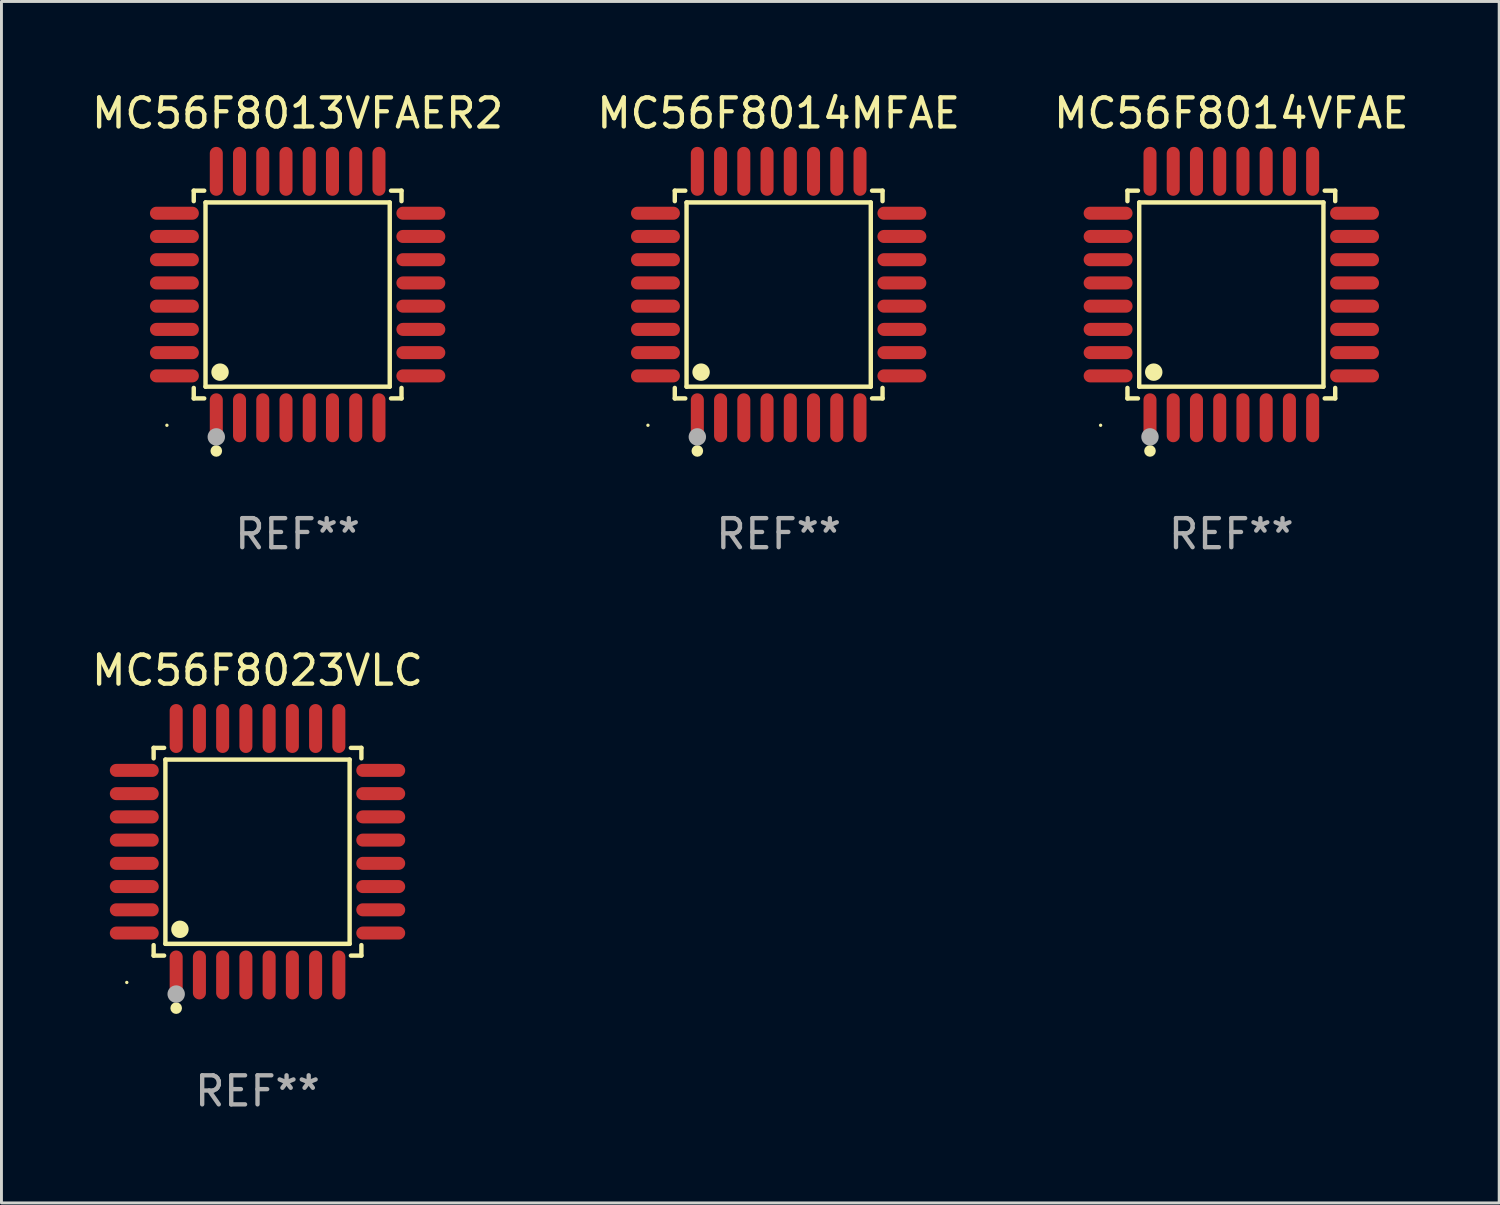
<source format=kicad_pcb>
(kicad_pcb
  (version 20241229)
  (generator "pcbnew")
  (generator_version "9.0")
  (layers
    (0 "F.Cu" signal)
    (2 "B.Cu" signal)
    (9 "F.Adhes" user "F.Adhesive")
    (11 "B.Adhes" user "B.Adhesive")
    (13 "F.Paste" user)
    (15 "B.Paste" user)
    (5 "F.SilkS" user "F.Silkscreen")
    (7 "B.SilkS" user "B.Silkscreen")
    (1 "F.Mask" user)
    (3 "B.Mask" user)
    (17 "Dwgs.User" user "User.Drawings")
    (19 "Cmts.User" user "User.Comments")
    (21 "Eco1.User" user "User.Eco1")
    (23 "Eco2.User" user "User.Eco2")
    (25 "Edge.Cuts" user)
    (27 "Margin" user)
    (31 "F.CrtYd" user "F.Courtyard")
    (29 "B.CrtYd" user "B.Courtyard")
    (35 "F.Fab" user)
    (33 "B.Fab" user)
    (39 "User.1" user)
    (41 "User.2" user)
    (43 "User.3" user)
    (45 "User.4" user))
  (footprint "MC56F8023VLC"
    (layer "F.Cu")
    (at 5.815 26.271)
    (property "Reference" "MC56F8023VLC" (at 0 -6.242 0) (layer "F.SilkS") (effects (font (size 1 1) (thickness 0.15))))
    (attr through_hole)
    (fp_line (start -3.576 -3.576) (end -3.215 -3.576) (stroke (width 0.152) (type solid)) (layer "F.SilkS"))
    (fp_line (start -3.576 -3.215) (end -3.576 -3.576) (stroke (width 0.152) (type solid)) (layer "F.SilkS"))
    (fp_line (start -3.576 3.215) (end -3.576 3.576) (stroke (width 0.152) (type solid)) (layer "F.SilkS"))
    (fp_line (start -3.576 3.576) (end -3.215 3.576) (stroke (width 0.152) (type solid)) (layer "F.SilkS"))
    (fp_line (start -3.171 -3.171) (end 3.171 -3.171) (stroke (width 0.152) (type solid)) (layer "F.SilkS"))
    (fp_line (start -3.171 3.171) (end -3.171 -3.171) (stroke (width 0.152) (type solid)) (layer "F.SilkS"))
    (fp_line (start 3.171 -3.171) (end 3.171 3.171) (stroke (width 0.152) (type solid)) (layer "F.SilkS"))
    (fp_line (start 3.171 3.171) (end -3.171 3.171) (stroke (width 0.152) (type solid)) (layer "F.SilkS"))
    (fp_line (start 3.576 -3.576) (end 3.215 -3.576) (stroke (width 0.152) (type solid)) (layer "F.SilkS"))
    (fp_line (start 3.576 -3.215) (end 3.576 -3.576) (stroke (width 0.152) (type solid)) (layer "F.SilkS"))
    (fp_line (start 3.576 3.215) (end 3.576 3.576) (stroke (width 0.152) (type solid)) (layer "F.SilkS"))
    (fp_line (start 3.576 3.576) (end 3.215 3.576) (stroke (width 0.152) (type solid)) (layer "F.SilkS"))
    (fp_circle (center -4.5 4.5) (end -4.47 4.5) (stroke (width 0.06) (type solid)) (fill no) (layer "F.SilkS"))
    (fp_circle (center -2.8 5.384) (end -2.7 5.384) (stroke (width 0.2) (type solid)) (fill no) (layer "F.SilkS"))
    (fp_circle (center -2.671 2.671) (end -2.521 2.671) (stroke (width 0.3) (type solid)) (fill no) (layer "F.SilkS"))
    (fp_circle (center -2.8 4.9) (end -2.65 4.9) (stroke (width 0.3) (type solid)) (fill no) (layer "F.Fab"))
    (fp_text user "REF**" (at 0 8.242 0) (layer "F.Fab") (effects (font (size 1 1) (thickness 0.15))))
    (pad "1" smd oval (at -2.8 4.242) (size 0.448 1.684) (layers "F.Cu" "F.Mask" "F.Paste"))
    (pad "2" smd oval (at -2 4.242) (size 0.448 1.684) (layers "F.Cu" "F.Mask" "F.Paste"))
    (pad "3" smd oval (at -1.2 4.242) (size 0.448 1.684) (layers "F.Cu" "F.Mask" "F.Paste"))
    (pad "4" smd oval (at -0.4 4.242) (size 0.448 1.684) (layers "F.Cu" "F.Mask" "F.Paste"))
    (pad "5" smd oval (at 0.4 4.242) (size 0.448 1.684) (layers "F.Cu" "F.Mask" "F.Paste"))
    (pad "6" smd oval (at 1.2 4.242) (size 0.448 1.684) (layers "F.Cu" "F.Mask" "F.Paste"))
    (pad "7" smd oval (at 2 4.242) (size 0.448 1.684) (layers "F.Cu" "F.Mask" "F.Paste"))
    (pad "8" smd oval (at 2.8 4.242) (size 0.448 1.684) (layers "F.Cu" "F.Mask" "F.Paste"))
    (pad "9" smd oval (at 4.242 2.8) (size 1.684 0.448) (layers "F.Cu" "F.Mask" "F.Paste"))
    (pad "10" smd oval (at 4.242 2) (size 1.684 0.448) (layers "F.Cu" "F.Mask" "F.Paste"))
    (pad "11" smd oval (at 4.242 1.2) (size 1.684 0.448) (layers "F.Cu" "F.Mask" "F.Paste"))
    (pad "12" smd oval (at 4.242 0.4) (size 1.684 0.448) (layers "F.Cu" "F.Mask" "F.Paste"))
    (pad "13" smd oval (at 4.242 -0.4) (size 1.684 0.448) (layers "F.Cu" "F.Mask" "F.Paste"))
    (pad "14" smd oval (at 4.242 -1.2) (size 1.684 0.448) (layers "F.Cu" "F.Mask" "F.Paste"))
    (pad "15" smd oval (at 4.242 -2) (size 1.684 0.448) (layers "F.Cu" "F.Mask" "F.Paste"))
    (pad "16" smd oval (at 4.242 -2.8) (size 1.684 0.448) (layers "F.Cu" "F.Mask" "F.Paste"))
    (pad "17" smd oval (at 2.8 -4.242) (size 0.448 1.684) (layers "F.Cu" "F.Mask" "F.Paste"))
    (pad "18" smd oval (at 2 -4.242) (size 0.448 1.684) (layers "F.Cu" "F.Mask" "F.Paste"))
    (pad "19" smd oval (at 1.2 -4.242) (size 0.448 1.684) (layers "F.Cu" "F.Mask" "F.Paste"))
    (pad "20" smd oval (at 0.4 -4.242) (size 0.448 1.684) (layers "F.Cu" "F.Mask" "F.Paste"))
    (pad "21" smd oval (at -0.4 -4.242) (size 0.448 1.684) (layers "F.Cu" "F.Mask" "F.Paste"))
    (pad "22" smd oval (at -1.2 -4.242) (size 0.448 1.684) (layers "F.Cu" "F.Mask" "F.Paste"))
    (pad "23" smd oval (at -2 -4.242) (size 0.448 1.684) (layers "F.Cu" "F.Mask" "F.Paste"))
    (pad "24" smd oval (at -2.8 -4.242) (size 0.448 1.684) (layers "F.Cu" "F.Mask" "F.Paste"))
    (pad "25" smd oval (at -4.242 -2.8) (size 1.684 0.448) (layers "F.Cu" "F.Mask" "F.Paste"))
    (pad "26" smd oval (at -4.242 -2) (size 1.684 0.448) (layers "F.Cu" "F.Mask" "F.Paste"))
    (pad "27" smd oval (at -4.242 -1.2) (size 1.684 0.448) (layers "F.Cu" "F.Mask" "F.Paste"))
    (pad "28" smd oval (at -4.242 -0.4) (size 1.684 0.448) (layers "F.Cu" "F.Mask" "F.Paste"))
    (pad "29" smd oval (at -4.242 0.4) (size 1.684 0.448) (layers "F.Cu" "F.Mask" "F.Paste"))
    (pad "30" smd oval (at -4.242 1.2) (size 1.684 0.448) (layers "F.Cu" "F.Mask" "F.Paste"))
    (pad "31" smd oval (at -4.242 2) (size 1.684 0.448) (layers "F.Cu" "F.Mask" "F.Paste"))
    (pad "32" smd oval (at -4.242 2.8) (size 1.684 0.448) (layers "F.Cu" "F.Mask" "F.Paste")))
  (footprint "MC56F8014MFAE"
    (layer "F.Cu")
    (at 23.756 7.09)
    (property "Reference" "MC56F8014MFAE" (at 0 -6.242 0) (layer "F.SilkS") (effects (font (size 1 1) (thickness 0.15))))
    (attr through_hole)
    (fp_line (start -3.576 -3.576) (end -3.215 -3.576) (stroke (width 0.152) (type solid)) (layer "F.SilkS"))
    (fp_line (start -3.576 -3.215) (end -3.576 -3.576) (stroke (width 0.152) (type solid)) (layer "F.SilkS"))
    (fp_line (start -3.576 3.215) (end -3.576 3.576) (stroke (width 0.152) (type solid)) (layer "F.SilkS"))
    (fp_line (start -3.576 3.576) (end -3.215 3.576) (stroke (width 0.152) (type solid)) (layer "F.SilkS"))
    (fp_line (start -3.171 -3.171) (end 3.171 -3.171) (stroke (width 0.152) (type solid)) (layer "F.SilkS"))
    (fp_line (start -3.171 3.171) (end -3.171 -3.171) (stroke (width 0.152) (type solid)) (layer "F.SilkS"))
    (fp_line (start 3.171 -3.171) (end 3.171 3.171) (stroke (width 0.152) (type solid)) (layer "F.SilkS"))
    (fp_line (start 3.171 3.171) (end -3.171 3.171) (stroke (width 0.152) (type solid)) (layer "F.SilkS"))
    (fp_line (start 3.576 -3.576) (end 3.215 -3.576) (stroke (width 0.152) (type solid)) (layer "F.SilkS"))
    (fp_line (start 3.576 -3.215) (end 3.576 -3.576) (stroke (width 0.152) (type solid)) (layer "F.SilkS"))
    (fp_line (start 3.576 3.215) (end 3.576 3.576) (stroke (width 0.152) (type solid)) (layer "F.SilkS"))
    (fp_line (start 3.576 3.576) (end 3.215 3.576) (stroke (width 0.152) (type solid)) (layer "F.SilkS"))
    (fp_circle (center -4.5 4.5) (end -4.47 4.5) (stroke (width 0.06) (type solid)) (fill no) (layer "F.SilkS"))
    (fp_circle (center -2.8 5.384) (end -2.7 5.384) (stroke (width 0.2) (type solid)) (fill no) (layer "F.SilkS"))
    (fp_circle (center -2.671 2.671) (end -2.521 2.671) (stroke (width 0.3) (type solid)) (fill no) (layer "F.SilkS"))
    (fp_circle (center -2.8 4.9) (end -2.65 4.9) (stroke (width 0.3) (type solid)) (fill no) (layer "F.Fab"))
    (fp_text user "REF**" (at 0 8.242 0) (layer "F.Fab") (effects (font (size 1 1) (thickness 0.15))))
    (pad "1" smd oval (at -2.8 4.242) (size 0.448 1.684) (layers "F.Cu" "F.Mask" "F.Paste"))
    (pad "2" smd oval (at -2 4.242) (size 0.448 1.684) (layers "F.Cu" "F.Mask" "F.Paste"))
    (pad "3" smd oval (at -1.2 4.242) (size 0.448 1.684) (layers "F.Cu" "F.Mask" "F.Paste"))
    (pad "4" smd oval (at -0.4 4.242) (size 0.448 1.684) (layers "F.Cu" "F.Mask" "F.Paste"))
    (pad "5" smd oval (at 0.4 4.242) (size 0.448 1.684) (layers "F.Cu" "F.Mask" "F.Paste"))
    (pad "6" smd oval (at 1.2 4.242) (size 0.448 1.684) (layers "F.Cu" "F.Mask" "F.Paste"))
    (pad "7" smd oval (at 2 4.242) (size 0.448 1.684) (layers "F.Cu" "F.Mask" "F.Paste"))
    (pad "8" smd oval (at 2.8 4.242) (size 0.448 1.684) (layers "F.Cu" "F.Mask" "F.Paste"))
    (pad "9" smd oval (at 4.242 2.8) (size 1.684 0.448) (layers "F.Cu" "F.Mask" "F.Paste"))
    (pad "10" smd oval (at 4.242 2) (size 1.684 0.448) (layers "F.Cu" "F.Mask" "F.Paste"))
    (pad "11" smd oval (at 4.242 1.2) (size 1.684 0.448) (layers "F.Cu" "F.Mask" "F.Paste"))
    (pad "12" smd oval (at 4.242 0.4) (size 1.684 0.448) (layers "F.Cu" "F.Mask" "F.Paste"))
    (pad "13" smd oval (at 4.242 -0.4) (size 1.684 0.448) (layers "F.Cu" "F.Mask" "F.Paste"))
    (pad "14" smd oval (at 4.242 -1.2) (size 1.684 0.448) (layers "F.Cu" "F.Mask" "F.Paste"))
    (pad "15" smd oval (at 4.242 -2) (size 1.684 0.448) (layers "F.Cu" "F.Mask" "F.Paste"))
    (pad "16" smd oval (at 4.242 -2.8) (size 1.684 0.448) (layers "F.Cu" "F.Mask" "F.Paste"))
    (pad "17" smd oval (at 2.8 -4.242) (size 0.448 1.684) (layers "F.Cu" "F.Mask" "F.Paste"))
    (pad "18" smd oval (at 2 -4.242) (size 0.448 1.684) (layers "F.Cu" "F.Mask" "F.Paste"))
    (pad "19" smd oval (at 1.2 -4.242) (size 0.448 1.684) (layers "F.Cu" "F.Mask" "F.Paste"))
    (pad "20" smd oval (at 0.4 -4.242) (size 0.448 1.684) (layers "F.Cu" "F.Mask" "F.Paste"))
    (pad "21" smd oval (at -0.4 -4.242) (size 0.448 1.684) (layers "F.Cu" "F.Mask" "F.Paste"))
    (pad "22" smd oval (at -1.2 -4.242) (size 0.448 1.684) (layers "F.Cu" "F.Mask" "F.Paste"))
    (pad "23" smd oval (at -2 -4.242) (size 0.448 1.684) (layers "F.Cu" "F.Mask" "F.Paste"))
    (pad "24" smd oval (at -2.8 -4.242) (size 0.448 1.684) (layers "F.Cu" "F.Mask" "F.Paste"))
    (pad "25" smd oval (at -4.242 -2.8) (size 1.684 0.448) (layers "F.Cu" "F.Mask" "F.Paste"))
    (pad "26" smd oval (at -4.242 -2) (size 1.684 0.448) (layers "F.Cu" "F.Mask" "F.Paste"))
    (pad "27" smd oval (at -4.242 -1.2) (size 1.684 0.448) (layers "F.Cu" "F.Mask" "F.Paste"))
    (pad "28" smd oval (at -4.242 -0.4) (size 1.684 0.448) (layers "F.Cu" "F.Mask" "F.Paste"))
    (pad "29" smd oval (at -4.242 0.4) (size 1.684 0.448) (layers "F.Cu" "F.Mask" "F.Paste"))
    (pad "30" smd oval (at -4.242 1.2) (size 1.684 0.448) (layers "F.Cu" "F.Mask" "F.Paste"))
    (pad "31" smd oval (at -4.242 2) (size 1.684 0.448) (layers "F.Cu" "F.Mask" "F.Paste"))
    (pad "32" smd oval (at -4.242 2.8) (size 1.684 0.448) (layers "F.Cu" "F.Mask" "F.Paste")))
  (footprint "MC56F8014VFAE"
    (layer "F.Cu")
    (at 39.339 7.09)
    (property "Reference" "MC56F8014VFAE" (at 0 -6.242 0) (layer "F.SilkS") (effects (font (size 1 1) (thickness 0.15))))
    (attr through_hole)
    (fp_line (start -3.576 -3.576) (end -3.215 -3.576) (stroke (width 0.152) (type solid)) (layer "F.SilkS"))
    (fp_line (start -3.576 -3.215) (end -3.576 -3.576) (stroke (width 0.152) (type solid)) (layer "F.SilkS"))
    (fp_line (start -3.576 3.215) (end -3.576 3.576) (stroke (width 0.152) (type solid)) (layer "F.SilkS"))
    (fp_line (start -3.576 3.576) (end -3.215 3.576) (stroke (width 0.152) (type solid)) (layer "F.SilkS"))
    (fp_line (start -3.171 -3.171) (end 3.171 -3.171) (stroke (width 0.152) (type solid)) (layer "F.SilkS"))
    (fp_line (start -3.171 3.171) (end -3.171 -3.171) (stroke (width 0.152) (type solid)) (layer "F.SilkS"))
    (fp_line (start 3.171 -3.171) (end 3.171 3.171) (stroke (width 0.152) (type solid)) (layer "F.SilkS"))
    (fp_line (start 3.171 3.171) (end -3.171 3.171) (stroke (width 0.152) (type solid)) (layer "F.SilkS"))
    (fp_line (start 3.576 -3.576) (end 3.215 -3.576) (stroke (width 0.152) (type solid)) (layer "F.SilkS"))
    (fp_line (start 3.576 -3.215) (end 3.576 -3.576) (stroke (width 0.152) (type solid)) (layer "F.SilkS"))
    (fp_line (start 3.576 3.215) (end 3.576 3.576) (stroke (width 0.152) (type solid)) (layer "F.SilkS"))
    (fp_line (start 3.576 3.576) (end 3.215 3.576) (stroke (width 0.152) (type solid)) (layer "F.SilkS"))
    (fp_circle (center -4.5 4.5) (end -4.47 4.5) (stroke (width 0.06) (type solid)) (fill no) (layer "F.SilkS"))
    (fp_circle (center -2.8 5.384) (end -2.7 5.384) (stroke (width 0.2) (type solid)) (fill no) (layer "F.SilkS"))
    (fp_circle (center -2.671 2.671) (end -2.521 2.671) (stroke (width 0.3) (type solid)) (fill no) (layer "F.SilkS"))
    (fp_circle (center -2.8 4.9) (end -2.65 4.9) (stroke (width 0.3) (type solid)) (fill no) (layer "F.Fab"))
    (fp_text user "REF**" (at 0 8.242 0) (layer "F.Fab") (effects (font (size 1 1) (thickness 0.15))))
    (pad "1" smd oval (at -2.8 4.242) (size 0.448 1.684) (layers "F.Cu" "F.Mask" "F.Paste"))
    (pad "2" smd oval (at -2 4.242) (size 0.448 1.684) (layers "F.Cu" "F.Mask" "F.Paste"))
    (pad "3" smd oval (at -1.2 4.242) (size 0.448 1.684) (layers "F.Cu" "F.Mask" "F.Paste"))
    (pad "4" smd oval (at -0.4 4.242) (size 0.448 1.684) (layers "F.Cu" "F.Mask" "F.Paste"))
    (pad "5" smd oval (at 0.4 4.242) (size 0.448 1.684) (layers "F.Cu" "F.Mask" "F.Paste"))
    (pad "6" smd oval (at 1.2 4.242) (size 0.448 1.684) (layers "F.Cu" "F.Mask" "F.Paste"))
    (pad "7" smd oval (at 2 4.242) (size 0.448 1.684) (layers "F.Cu" "F.Mask" "F.Paste"))
    (pad "8" smd oval (at 2.8 4.242) (size 0.448 1.684) (layers "F.Cu" "F.Mask" "F.Paste"))
    (pad "9" smd oval (at 4.242 2.8) (size 1.684 0.448) (layers "F.Cu" "F.Mask" "F.Paste"))
    (pad "10" smd oval (at 4.242 2) (size 1.684 0.448) (layers "F.Cu" "F.Mask" "F.Paste"))
    (pad "11" smd oval (at 4.242 1.2) (size 1.684 0.448) (layers "F.Cu" "F.Mask" "F.Paste"))
    (pad "12" smd oval (at 4.242 0.4) (size 1.684 0.448) (layers "F.Cu" "F.Mask" "F.Paste"))
    (pad "13" smd oval (at 4.242 -0.4) (size 1.684 0.448) (layers "F.Cu" "F.Mask" "F.Paste"))
    (pad "14" smd oval (at 4.242 -1.2) (size 1.684 0.448) (layers "F.Cu" "F.Mask" "F.Paste"))
    (pad "15" smd oval (at 4.242 -2) (size 1.684 0.448) (layers "F.Cu" "F.Mask" "F.Paste"))
    (pad "16" smd oval (at 4.242 -2.8) (size 1.684 0.448) (layers "F.Cu" "F.Mask" "F.Paste"))
    (pad "17" smd oval (at 2.8 -4.242) (size 0.448 1.684) (layers "F.Cu" "F.Mask" "F.Paste"))
    (pad "18" smd oval (at 2 -4.242) (size 0.448 1.684) (layers "F.Cu" "F.Mask" "F.Paste"))
    (pad "19" smd oval (at 1.2 -4.242) (size 0.448 1.684) (layers "F.Cu" "F.Mask" "F.Paste"))
    (pad "20" smd oval (at 0.4 -4.242) (size 0.448 1.684) (layers "F.Cu" "F.Mask" "F.Paste"))
    (pad "21" smd oval (at -0.4 -4.242) (size 0.448 1.684) (layers "F.Cu" "F.Mask" "F.Paste"))
    (pad "22" smd oval (at -1.2 -4.242) (size 0.448 1.684) (layers "F.Cu" "F.Mask" "F.Paste"))
    (pad "23" smd oval (at -2 -4.242) (size 0.448 1.684) (layers "F.Cu" "F.Mask" "F.Paste"))
    (pad "24" smd oval (at -2.8 -4.242) (size 0.448 1.684) (layers "F.Cu" "F.Mask" "F.Paste"))
    (pad "25" smd oval (at -4.242 -2.8) (size 1.684 0.448) (layers "F.Cu" "F.Mask" "F.Paste"))
    (pad "26" smd oval (at -4.242 -2) (size 1.684 0.448) (layers "F.Cu" "F.Mask" "F.Paste"))
    (pad "27" smd oval (at -4.242 -1.2) (size 1.684 0.448) (layers "F.Cu" "F.Mask" "F.Paste"))
    (pad "28" smd oval (at -4.242 -0.4) (size 1.684 0.448) (layers "F.Cu" "F.Mask" "F.Paste"))
    (pad "29" smd oval (at -4.242 0.4) (size 1.684 0.448) (layers "F.Cu" "F.Mask" "F.Paste"))
    (pad "30" smd oval (at -4.242 1.2) (size 1.684 0.448) (layers "F.Cu" "F.Mask" "F.Paste"))
    (pad "31" smd oval (at -4.242 2) (size 1.684 0.448) (layers "F.Cu" "F.Mask" "F.Paste"))
    (pad "32" smd oval (at -4.242 2.8) (size 1.684 0.448) (layers "F.Cu" "F.Mask" "F.Paste")))
  (footprint "MC56F8013VFAER2"
    (layer "F.Cu")
    (at 7.196 7.09)
    (property "Reference" "MC56F8013VFAER2" (at 0 -6.242 0) (layer "F.SilkS") (effects (font (size 1 1) (thickness 0.15))))
    (attr through_hole)
    (fp_line (start -3.576 -3.576) (end -3.215 -3.576) (stroke (width 0.152) (type solid)) (layer "F.SilkS"))
    (fp_line (start -3.576 -3.215) (end -3.576 -3.576) (stroke (width 0.152) (type solid)) (layer "F.SilkS"))
    (fp_line (start -3.576 3.215) (end -3.576 3.576) (stroke (width 0.152) (type solid)) (layer "F.SilkS"))
    (fp_line (start -3.576 3.576) (end -3.215 3.576) (stroke (width 0.152) (type solid)) (layer "F.SilkS"))
    (fp_line (start -3.171 -3.171) (end 3.171 -3.171) (stroke (width 0.152) (type solid)) (layer "F.SilkS"))
    (fp_line (start -3.171 3.171) (end -3.171 -3.171) (stroke (width 0.152) (type solid)) (layer "F.SilkS"))
    (fp_line (start 3.171 -3.171) (end 3.171 3.171) (stroke (width 0.152) (type solid)) (layer "F.SilkS"))
    (fp_line (start 3.171 3.171) (end -3.171 3.171) (stroke (width 0.152) (type solid)) (layer "F.SilkS"))
    (fp_line (start 3.576 -3.576) (end 3.215 -3.576) (stroke (width 0.152) (type solid)) (layer "F.SilkS"))
    (fp_line (start 3.576 -3.215) (end 3.576 -3.576) (stroke (width 0.152) (type solid)) (layer "F.SilkS"))
    (fp_line (start 3.576 3.215) (end 3.576 3.576) (stroke (width 0.152) (type solid)) (layer "F.SilkS"))
    (fp_line (start 3.576 3.576) (end 3.215 3.576) (stroke (width 0.152) (type solid)) (layer "F.SilkS"))
    (fp_circle (center -4.5 4.5) (end -4.47 4.5) (stroke (width 0.06) (type solid)) (fill no) (layer "F.SilkS"))
    (fp_circle (center -2.8 5.384) (end -2.7 5.384) (stroke (width 0.2) (type solid)) (fill no) (layer "F.SilkS"))
    (fp_circle (center -2.671 2.671) (end -2.521 2.671) (stroke (width 0.3) (type solid)) (fill no) (layer "F.SilkS"))
    (fp_circle (center -2.8 4.9) (end -2.65 4.9) (stroke (width 0.3) (type solid)) (fill no) (layer "F.Fab"))
    (fp_text user "REF**" (at 0 8.242 0) (layer "F.Fab") (effects (font (size 1 1) (thickness 0.15))))
    (pad "1" smd oval (at -2.8 4.242) (size 0.448 1.684) (layers "F.Cu" "F.Mask" "F.Paste"))
    (pad "2" smd oval (at -2 4.242) (size 0.448 1.684) (layers "F.Cu" "F.Mask" "F.Paste"))
    (pad "3" smd oval (at -1.2 4.242) (size 0.448 1.684) (layers "F.Cu" "F.Mask" "F.Paste"))
    (pad "4" smd oval (at -0.4 4.242) (size 0.448 1.684) (layers "F.Cu" "F.Mask" "F.Paste"))
    (pad "5" smd oval (at 0.4 4.242) (size 0.448 1.684) (layers "F.Cu" "F.Mask" "F.Paste"))
    (pad "6" smd oval (at 1.2 4.242) (size 0.448 1.684) (layers "F.Cu" "F.Mask" "F.Paste"))
    (pad "7" smd oval (at 2 4.242) (size 0.448 1.684) (layers "F.Cu" "F.Mask" "F.Paste"))
    (pad "8" smd oval (at 2.8 4.242) (size 0.448 1.684) (layers "F.Cu" "F.Mask" "F.Paste"))
    (pad "9" smd oval (at 4.242 2.8) (size 1.684 0.448) (layers "F.Cu" "F.Mask" "F.Paste"))
    (pad "10" smd oval (at 4.242 2) (size 1.684 0.448) (layers "F.Cu" "F.Mask" "F.Paste"))
    (pad "11" smd oval (at 4.242 1.2) (size 1.684 0.448) (layers "F.Cu" "F.Mask" "F.Paste"))
    (pad "12" smd oval (at 4.242 0.4) (size 1.684 0.448) (layers "F.Cu" "F.Mask" "F.Paste"))
    (pad "13" smd oval (at 4.242 -0.4) (size 1.684 0.448) (layers "F.Cu" "F.Mask" "F.Paste"))
    (pad "14" smd oval (at 4.242 -1.2) (size 1.684 0.448) (layers "F.Cu" "F.Mask" "F.Paste"))
    (pad "15" smd oval (at 4.242 -2) (size 1.684 0.448) (layers "F.Cu" "F.Mask" "F.Paste"))
    (pad "16" smd oval (at 4.242 -2.8) (size 1.684 0.448) (layers "F.Cu" "F.Mask" "F.Paste"))
    (pad "17" smd oval (at 2.8 -4.242) (size 0.448 1.684) (layers "F.Cu" "F.Mask" "F.Paste"))
    (pad "18" smd oval (at 2 -4.242) (size 0.448 1.684) (layers "F.Cu" "F.Mask" "F.Paste"))
    (pad "19" smd oval (at 1.2 -4.242) (size 0.448 1.684) (layers "F.Cu" "F.Mask" "F.Paste"))
    (pad "20" smd oval (at 0.4 -4.242) (size 0.448 1.684) (layers "F.Cu" "F.Mask" "F.Paste"))
    (pad "21" smd oval (at -0.4 -4.242) (size 0.448 1.684) (layers "F.Cu" "F.Mask" "F.Paste"))
    (pad "22" smd oval (at -1.2 -4.242) (size 0.448 1.684) (layers "F.Cu" "F.Mask" "F.Paste"))
    (pad "23" smd oval (at -2 -4.242) (size 0.448 1.684) (layers "F.Cu" "F.Mask" "F.Paste"))
    (pad "24" smd oval (at -2.8 -4.242) (size 0.448 1.684) (layers "F.Cu" "F.Mask" "F.Paste"))
    (pad "25" smd oval (at -4.242 -2.8) (size 1.684 0.448) (layers "F.Cu" "F.Mask" "F.Paste"))
    (pad "26" smd oval (at -4.242 -2) (size 1.684 0.448) (layers "F.Cu" "F.Mask" "F.Paste"))
    (pad "27" smd oval (at -4.242 -1.2) (size 1.684 0.448) (layers "F.Cu" "F.Mask" "F.Paste"))
    (pad "28" smd oval (at -4.242 -0.4) (size 1.684 0.448) (layers "F.Cu" "F.Mask" "F.Paste"))
    (pad "29" smd oval (at -4.242 0.4) (size 1.684 0.448) (layers "F.Cu" "F.Mask" "F.Paste"))
    (pad "30" smd oval (at -4.242 1.2) (size 1.684 0.448) (layers "F.Cu" "F.Mask" "F.Paste"))
    (pad "31" smd oval (at -4.242 2) (size 1.684 0.448) (layers "F.Cu" "F.Mask" "F.Paste"))
    (pad "32" smd oval (at -4.242 2.8) (size 1.684 0.448) (layers "F.Cu" "F.Mask" "F.Paste")))
  (gr_rect
    (start -3 -3)
    (end 48.56 38.361)
    (stroke (width 0.1) (type default))
    (fill no)
    (layer "Edge.Cuts")))
</source>
